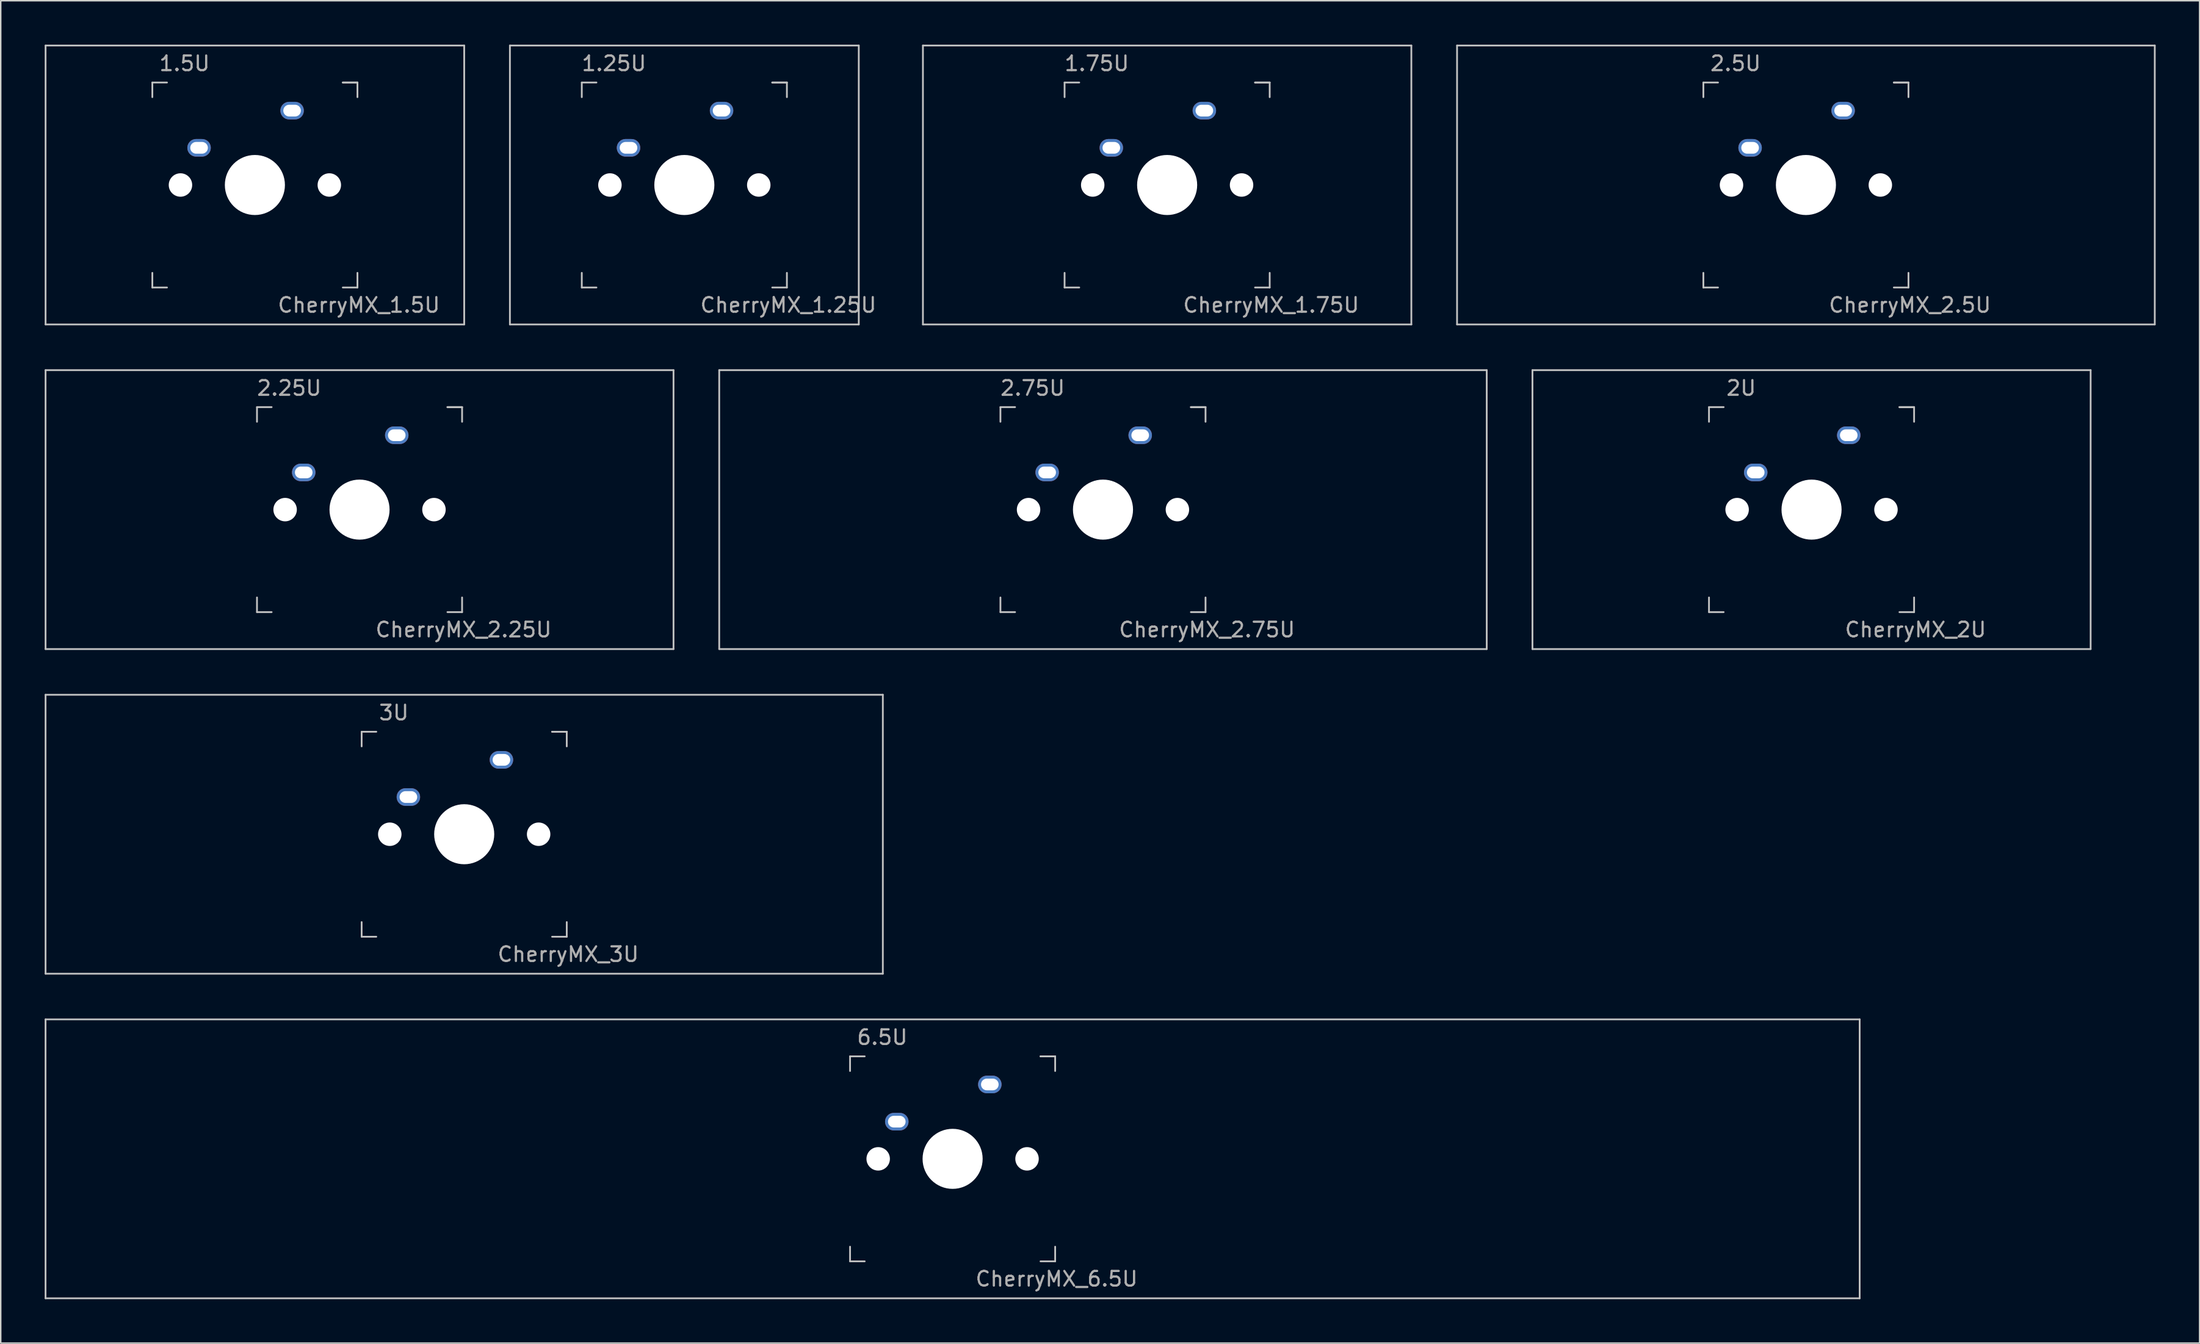
<source format=kicad_pcb>
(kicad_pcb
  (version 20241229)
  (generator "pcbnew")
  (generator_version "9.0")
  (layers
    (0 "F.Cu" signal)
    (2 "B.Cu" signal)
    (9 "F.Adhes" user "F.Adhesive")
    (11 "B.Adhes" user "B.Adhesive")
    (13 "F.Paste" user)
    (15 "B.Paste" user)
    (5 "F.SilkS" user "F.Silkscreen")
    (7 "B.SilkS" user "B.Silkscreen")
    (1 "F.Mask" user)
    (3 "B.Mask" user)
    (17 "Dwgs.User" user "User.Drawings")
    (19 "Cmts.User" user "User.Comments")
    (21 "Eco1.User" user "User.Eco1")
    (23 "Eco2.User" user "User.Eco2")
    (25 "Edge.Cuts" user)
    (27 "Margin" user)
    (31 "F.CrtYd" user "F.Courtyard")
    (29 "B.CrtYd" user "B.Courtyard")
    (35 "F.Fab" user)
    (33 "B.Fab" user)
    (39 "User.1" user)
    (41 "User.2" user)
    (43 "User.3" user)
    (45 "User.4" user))
  (footprint "CherryMX_6.5U"
    (layer "F.Cu")
    (at 61.972 76.095)
    (property "Reference" "CherryMX_6.5U" (at 7.1 8.2 0) (layer "F.Fab") (effects (font (size 1 1) (thickness 0.15))))
    (attr through_hole)
    (fp_line (start -61.913 -9.525) (end 61.913 -9.525) (stroke (width 0.12) (type solid)) (layer "Dwgs.User"))
    (fp_line (start -61.913 9.525) (end -61.913 -9.525) (stroke (width 0.12) (type solid)) (layer "Dwgs.User"))
    (fp_line (start -7 -7) (end -7 -6) (stroke (width 0.12) (type solid)) (layer "Dwgs.User"))
    (fp_line (start -7 -7) (end -6 -7) (stroke (width 0.12) (type solid)) (layer "Dwgs.User"))
    (fp_line (start -7 7) (end -7 6) (stroke (width 0.12) (type solid)) (layer "Dwgs.User"))
    (fp_line (start -7 7) (end -6 7) (stroke (width 0.12) (type solid)) (layer "Dwgs.User"))
    (fp_line (start 6 -7) (end 7 -7) (stroke (width 0.12) (type solid)) (layer "Dwgs.User"))
    (fp_line (start 7 -7) (end 6 -7) (stroke (width 0.12) (type solid)) (layer "Dwgs.User"))
    (fp_line (start 7 -7) (end 7 -6) (stroke (width 0.12) (type solid)) (layer "Dwgs.User"))
    (fp_line (start 7 7) (end 6 7) (stroke (width 0.12) (type solid)) (layer "Dwgs.User"))
    (fp_line (start 7 7) (end 7 6) (stroke (width 0.12) (type solid)) (layer "Dwgs.User"))
    (fp_line (start 61.913 -9.525) (end 61.913 9.525) (stroke (width 0.12) (type solid)) (layer "Dwgs.User"))
    (fp_line (start 61.913 9.525) (end -61.913 9.525) (stroke (width 0.12) (type solid)) (layer "Dwgs.User"))
    (fp_text user "6.5U" (at -4.8 -8.3 0) (layer "F.Fab") (effects (font (size 1 1) (thickness 0.15))))
    (pad "" np_thru_hole circle (at -5.08 0) (size 1.6 1.6) (drill 1.6) (layers "*.Cu" "*.Mask"))
    (pad "" np_thru_hole circle (at 0 0) (size 4.1 4.1) (drill 4.1) (layers "*.Cu" "*.Mask"))
    (pad "" np_thru_hole circle (at 5.08 0) (size 1.6 1.6) (drill 1.6) (layers "*.Cu" "*.Mask"))
    (pad "1" thru_hole oval (at -3.81 -2.54) (size 1.6 1.2) (drill oval 1.2 0.8) (layers "*.Cu" "*.Mask"))
    (pad "2" thru_hole oval (at 2.54 -5.08) (size 1.6 1.2) (drill oval 1.2 0.8) (layers "*.Cu" "*.Mask")))
  (footprint "CherryMX_2U"
    (layer "F.Cu")
    (at 120.6 31.755)
    (property "Reference" "CherryMX_2U" (at 7.1 8.2 0) (layer "F.Fab") (effects (font (size 1 1) (thickness 0.15))))
    (attr through_hole)
    (fp_line (start -19.05 -9.525) (end 19.05 -9.525) (stroke (width 0.12) (type solid)) (layer "Dwgs.User"))
    (fp_line (start -19.05 9.525) (end -19.05 -9.525) (stroke (width 0.12) (type solid)) (layer "Dwgs.User"))
    (fp_line (start -7 -7) (end -7 -6) (stroke (width 0.12) (type solid)) (layer "Dwgs.User"))
    (fp_line (start -7 -7) (end -6 -7) (stroke (width 0.12) (type solid)) (layer "Dwgs.User"))
    (fp_line (start -7 7) (end -7 6) (stroke (width 0.12) (type solid)) (layer "Dwgs.User"))
    (fp_line (start -7 7) (end -6 7) (stroke (width 0.12) (type solid)) (layer "Dwgs.User"))
    (fp_line (start 6 -7) (end 7 -7) (stroke (width 0.12) (type solid)) (layer "Dwgs.User"))
    (fp_line (start 7 -7) (end 6 -7) (stroke (width 0.12) (type solid)) (layer "Dwgs.User"))
    (fp_line (start 7 -7) (end 7 -6) (stroke (width 0.12) (type solid)) (layer "Dwgs.User"))
    (fp_line (start 7 7) (end 6 7) (stroke (width 0.12) (type solid)) (layer "Dwgs.User"))
    (fp_line (start 7 7) (end 7 6) (stroke (width 0.12) (type solid)) (layer "Dwgs.User"))
    (fp_line (start 19.05 -9.525) (end 19.05 9.525) (stroke (width 0.12) (type solid)) (layer "Dwgs.User"))
    (fp_line (start 19.05 9.525) (end -19.05 9.525) (stroke (width 0.12) (type solid)) (layer "Dwgs.User"))
    (fp_text user "2U" (at -4.8 -8.3 0) (layer "F.Fab") (effects (font (size 1 1) (thickness 0.15))))
    (pad "" np_thru_hole circle (at -5.08 0) (size 1.6 1.6) (drill 1.6) (layers "*.Cu" "*.Mask"))
    (pad "" np_thru_hole circle (at 0 0) (size 4.1 4.1) (drill 4.1) (layers "*.Cu" "*.Mask"))
    (pad "" np_thru_hole circle (at 5.08 0) (size 1.6 1.6) (drill 1.6) (layers "*.Cu" "*.Mask"))
    (pad "1" thru_hole oval (at -3.81 -2.54) (size 1.6 1.2) (drill oval 1.2 0.8) (layers "*.Cu" "*.Mask"))
    (pad "2" thru_hole oval (at 2.54 -5.08) (size 1.6 1.2) (drill oval 1.2 0.8) (layers "*.Cu" "*.Mask")))
  (footprint "CherryMX_2.5U"
    (layer "F.Cu")
    (at 120.216 9.585)
    (property "Reference" "CherryMX_2.5U" (at 7.1 8.2 0) (layer "F.Fab") (effects (font (size 1 1) (thickness 0.15))))
    (attr through_hole)
    (fp_line (start -23.812 -9.525) (end 23.812 -9.525) (stroke (width 0.12) (type solid)) (layer "Dwgs.User"))
    (fp_line (start -23.812 9.525) (end -23.812 -9.525) (stroke (width 0.12) (type solid)) (layer "Dwgs.User"))
    (fp_line (start -7 -7) (end -7 -6) (stroke (width 0.12) (type solid)) (layer "Dwgs.User"))
    (fp_line (start -7 -7) (end -6 -7) (stroke (width 0.12) (type solid)) (layer "Dwgs.User"))
    (fp_line (start -7 7) (end -7 6) (stroke (width 0.12) (type solid)) (layer "Dwgs.User"))
    (fp_line (start -7 7) (end -6 7) (stroke (width 0.12) (type solid)) (layer "Dwgs.User"))
    (fp_line (start 6 -7) (end 7 -7) (stroke (width 0.12) (type solid)) (layer "Dwgs.User"))
    (fp_line (start 7 -7) (end 6 -7) (stroke (width 0.12) (type solid)) (layer "Dwgs.User"))
    (fp_line (start 7 -7) (end 7 -6) (stroke (width 0.12) (type solid)) (layer "Dwgs.User"))
    (fp_line (start 7 7) (end 6 7) (stroke (width 0.12) (type solid)) (layer "Dwgs.User"))
    (fp_line (start 7 7) (end 7 6) (stroke (width 0.12) (type solid)) (layer "Dwgs.User"))
    (fp_line (start 23.812 -9.525) (end 23.812 9.525) (stroke (width 0.12) (type solid)) (layer "Dwgs.User"))
    (fp_line (start 23.812 9.525) (end -23.812 9.525) (stroke (width 0.12) (type solid)) (layer "Dwgs.User"))
    (fp_text user "2.5U" (at -4.8 -8.3 0) (layer "F.Fab") (effects (font (size 1 1) (thickness 0.15))))
    (pad "" np_thru_hole circle (at -5.08 0) (size 1.6 1.6) (drill 1.6) (layers "*.Cu" "*.Mask"))
    (pad "" np_thru_hole circle (at 0 0) (size 4.1 4.1) (drill 4.1) (layers "*.Cu" "*.Mask"))
    (pad "" np_thru_hole circle (at 5.08 0) (size 1.6 1.6) (drill 1.6) (layers "*.Cu" "*.Mask"))
    (pad "1" thru_hole oval (at -3.81 -2.54) (size 1.6 1.2) (drill oval 1.2 0.8) (layers "*.Cu" "*.Mask"))
    (pad "2" thru_hole oval (at 2.54 -5.08) (size 1.6 1.2) (drill oval 1.2 0.8) (layers "*.Cu" "*.Mask")))
  (footprint "CherryMX_1.5U"
    (layer "F.Cu")
    (at 14.348 9.585)
    (property "Reference" "CherryMX_1.5U" (at 7.1 8.2 0) (layer "F.Fab") (effects (font (size 1 1) (thickness 0.15))))
    (attr through_hole)
    (fp_line (start -14.287 -9.525) (end 14.287 -9.525) (stroke (width 0.12) (type solid)) (layer "Dwgs.User"))
    (fp_line (start -14.287 9.525) (end -14.287 -9.525) (stroke (width 0.12) (type solid)) (layer "Dwgs.User"))
    (fp_line (start -7 -7) (end -7 -6) (stroke (width 0.12) (type solid)) (layer "Dwgs.User"))
    (fp_line (start -7 -7) (end -6 -7) (stroke (width 0.12) (type solid)) (layer "Dwgs.User"))
    (fp_line (start -7 7) (end -7 6) (stroke (width 0.12) (type solid)) (layer "Dwgs.User"))
    (fp_line (start -7 7) (end -6 7) (stroke (width 0.12) (type solid)) (layer "Dwgs.User"))
    (fp_line (start 6 -7) (end 7 -7) (stroke (width 0.12) (type solid)) (layer "Dwgs.User"))
    (fp_line (start 7 -7) (end 6 -7) (stroke (width 0.12) (type solid)) (layer "Dwgs.User"))
    (fp_line (start 7 -7) (end 7 -6) (stroke (width 0.12) (type solid)) (layer "Dwgs.User"))
    (fp_line (start 7 7) (end 6 7) (stroke (width 0.12) (type solid)) (layer "Dwgs.User"))
    (fp_line (start 7 7) (end 7 6) (stroke (width 0.12) (type solid)) (layer "Dwgs.User"))
    (fp_line (start 14.287 -9.525) (end 14.287 9.525) (stroke (width 0.12) (type solid)) (layer "Dwgs.User"))
    (fp_line (start 14.287 9.525) (end -14.287 9.525) (stroke (width 0.12) (type solid)) (layer "Dwgs.User"))
    (fp_text user "1.5U" (at -4.8 -8.3 0) (layer "F.Fab") (effects (font (size 1 1) (thickness 0.15))))
    (pad "" np_thru_hole circle (at -5.08 0) (size 1.6 1.6) (drill 1.6) (layers "*.Cu" "*.Mask"))
    (pad "" np_thru_hole circle (at 0 0) (size 4.1 4.1) (drill 4.1) (layers "*.Cu" "*.Mask"))
    (pad "" np_thru_hole circle (at 5.08 0) (size 1.6 1.6) (drill 1.6) (layers "*.Cu" "*.Mask"))
    (pad "1" thru_hole oval (at -3.81 -2.54) (size 1.6 1.2) (drill oval 1.2 0.8) (layers "*.Cu" "*.Mask"))
    (pad "2" thru_hole oval (at 2.54 -5.08) (size 1.6 1.2) (drill oval 1.2 0.8) (layers "*.Cu" "*.Mask")))
  (footprint "CherryMX_1.25U"
    (layer "F.Cu")
    (at 43.661 9.585)
    (property "Reference" "CherryMX_1.25U" (at 7.1 8.2 0) (layer "F.Fab") (effects (font (size 1 1) (thickness 0.15))))
    (attr through_hole)
    (fp_line (start -11.906 -9.525) (end 11.906 -9.525) (stroke (width 0.12) (type solid)) (layer "Dwgs.User"))
    (fp_line (start -11.906 9.525) (end -11.906 -9.525) (stroke (width 0.12) (type solid)) (layer "Dwgs.User"))
    (fp_line (start -7 -7) (end -7 -6) (stroke (width 0.12) (type solid)) (layer "Dwgs.User"))
    (fp_line (start -7 -7) (end -6 -7) (stroke (width 0.12) (type solid)) (layer "Dwgs.User"))
    (fp_line (start -7 7) (end -7 6) (stroke (width 0.12) (type solid)) (layer "Dwgs.User"))
    (fp_line (start -7 7) (end -6 7) (stroke (width 0.12) (type solid)) (layer "Dwgs.User"))
    (fp_line (start 6 -7) (end 7 -7) (stroke (width 0.12) (type solid)) (layer "Dwgs.User"))
    (fp_line (start 7 -7) (end 6 -7) (stroke (width 0.12) (type solid)) (layer "Dwgs.User"))
    (fp_line (start 7 -7) (end 7 -6) (stroke (width 0.12) (type solid)) (layer "Dwgs.User"))
    (fp_line (start 7 7) (end 6 7) (stroke (width 0.12) (type solid)) (layer "Dwgs.User"))
    (fp_line (start 7 7) (end 7 6) (stroke (width 0.12) (type solid)) (layer "Dwgs.User"))
    (fp_line (start 11.906 -9.525) (end 11.906 9.525) (stroke (width 0.12) (type solid)) (layer "Dwgs.User"))
    (fp_line (start 11.906 9.525) (end -11.906 9.525) (stroke (width 0.12) (type solid)) (layer "Dwgs.User"))
    (fp_text user "1.25U" (at -4.8 -8.3 0) (layer "F.Fab") (effects (font (size 1 1) (thickness 0.15))))
    (pad "" np_thru_hole circle (at -5.08 0) (size 1.6 1.6) (drill 1.6) (layers "*.Cu" "*.Mask"))
    (pad "" np_thru_hole circle (at 0 0) (size 4.1 4.1) (drill 4.1) (layers "*.Cu" "*.Mask"))
    (pad "" np_thru_hole circle (at 5.08 0) (size 1.6 1.6) (drill 1.6) (layers "*.Cu" "*.Mask"))
    (pad "1" thru_hole oval (at -3.81 -2.54) (size 1.6 1.2) (drill oval 1.2 0.8) (layers "*.Cu" "*.Mask"))
    (pad "2" thru_hole oval (at 2.54 -5.08) (size 1.6 1.2) (drill oval 1.2 0.8) (layers "*.Cu" "*.Mask")))
  (footprint "CherryMX_2.75U"
    (layer "F.Cu")
    (at 72.236 31.755)
    (property "Reference" "CherryMX_2.75U" (at 7.1 8.2 0) (layer "F.Fab") (effects (font (size 1 1) (thickness 0.15))))
    (attr through_hole)
    (fp_line (start -26.194 -9.525) (end 26.194 -9.525) (stroke (width 0.12) (type solid)) (layer "Dwgs.User"))
    (fp_line (start -26.194 9.525) (end -26.194 -9.525) (stroke (width 0.12) (type solid)) (layer "Dwgs.User"))
    (fp_line (start -7 -7) (end -7 -6) (stroke (width 0.12) (type solid)) (layer "Dwgs.User"))
    (fp_line (start -7 -7) (end -6 -7) (stroke (width 0.12) (type solid)) (layer "Dwgs.User"))
    (fp_line (start -7 7) (end -7 6) (stroke (width 0.12) (type solid)) (layer "Dwgs.User"))
    (fp_line (start -7 7) (end -6 7) (stroke (width 0.12) (type solid)) (layer "Dwgs.User"))
    (fp_line (start 6 -7) (end 7 -7) (stroke (width 0.12) (type solid)) (layer "Dwgs.User"))
    (fp_line (start 7 -7) (end 6 -7) (stroke (width 0.12) (type solid)) (layer "Dwgs.User"))
    (fp_line (start 7 -7) (end 7 -6) (stroke (width 0.12) (type solid)) (layer "Dwgs.User"))
    (fp_line (start 7 7) (end 6 7) (stroke (width 0.12) (type solid)) (layer "Dwgs.User"))
    (fp_line (start 7 7) (end 7 6) (stroke (width 0.12) (type solid)) (layer "Dwgs.User"))
    (fp_line (start 26.194 -9.525) (end 26.194 9.525) (stroke (width 0.12) (type solid)) (layer "Dwgs.User"))
    (fp_line (start 26.194 9.525) (end -26.194 9.525) (stroke (width 0.12) (type solid)) (layer "Dwgs.User"))
    (fp_text user "2.75U" (at -4.8 -8.3 0) (layer "F.Fab") (effects (font (size 1 1) (thickness 0.15))))
    (pad "" np_thru_hole circle (at -5.08 0) (size 1.6 1.6) (drill 1.6) (layers "*.Cu" "*.Mask"))
    (pad "" np_thru_hole circle (at 0 0) (size 4.1 4.1) (drill 4.1) (layers "*.Cu" "*.Mask"))
    (pad "" np_thru_hole circle (at 5.08 0) (size 1.6 1.6) (drill 1.6) (layers "*.Cu" "*.Mask"))
    (pad "1" thru_hole oval (at -3.81 -2.54) (size 1.6 1.2) (drill oval 1.2 0.8) (layers "*.Cu" "*.Mask"))
    (pad "2" thru_hole oval (at 2.54 -5.08) (size 1.6 1.2) (drill oval 1.2 0.8) (layers "*.Cu" "*.Mask")))
  (footprint "CherryMX_3U"
    (layer "F.Cu")
    (at 28.635 53.925)
    (property "Reference" "CherryMX_3U" (at 7.1 8.2 0) (layer "F.Fab") (effects (font (size 1 1) (thickness 0.15))))
    (attr through_hole)
    (fp_line (start -28.575 -9.525) (end 28.575 -9.525) (stroke (width 0.12) (type solid)) (layer "Dwgs.User"))
    (fp_line (start -28.575 9.525) (end -28.575 -9.525) (stroke (width 0.12) (type solid)) (layer "Dwgs.User"))
    (fp_line (start -7 -7) (end -7 -6) (stroke (width 0.12) (type solid)) (layer "Dwgs.User"))
    (fp_line (start -7 -7) (end -6 -7) (stroke (width 0.12) (type solid)) (layer "Dwgs.User"))
    (fp_line (start -7 7) (end -7 6) (stroke (width 0.12) (type solid)) (layer "Dwgs.User"))
    (fp_line (start -7 7) (end -6 7) (stroke (width 0.12) (type solid)) (layer "Dwgs.User"))
    (fp_line (start 6 -7) (end 7 -7) (stroke (width 0.12) (type solid)) (layer "Dwgs.User"))
    (fp_line (start 7 -7) (end 6 -7) (stroke (width 0.12) (type solid)) (layer "Dwgs.User"))
    (fp_line (start 7 -7) (end 7 -6) (stroke (width 0.12) (type solid)) (layer "Dwgs.User"))
    (fp_line (start 7 7) (end 6 7) (stroke (width 0.12) (type solid)) (layer "Dwgs.User"))
    (fp_line (start 7 7) (end 7 6) (stroke (width 0.12) (type solid)) (layer "Dwgs.User"))
    (fp_line (start 28.575 -9.525) (end 28.575 9.525) (stroke (width 0.12) (type solid)) (layer "Dwgs.User"))
    (fp_line (start 28.575 9.525) (end -28.575 9.525) (stroke (width 0.12) (type solid)) (layer "Dwgs.User"))
    (fp_text user "3U" (at -4.8 -8.3 0) (layer "F.Fab") (effects (font (size 1 1) (thickness 0.15))))
    (pad "" np_thru_hole circle (at -5.08 0) (size 1.6 1.6) (drill 1.6) (layers "*.Cu" "*.Mask"))
    (pad "" np_thru_hole circle (at 0 0) (size 4.1 4.1) (drill 4.1) (layers "*.Cu" "*.Mask"))
    (pad "" np_thru_hole circle (at 5.08 0) (size 1.6 1.6) (drill 1.6) (layers "*.Cu" "*.Mask"))
    (pad "1" thru_hole oval (at -3.81 -2.54) (size 1.6 1.2) (drill oval 1.2 0.8) (layers "*.Cu" "*.Mask"))
    (pad "2" thru_hole oval (at 2.54 -5.08) (size 1.6 1.2) (drill oval 1.2 0.8) (layers "*.Cu" "*.Mask")))
  (footprint "CherryMX_1.75U"
    (layer "F.Cu")
    (at 76.615 9.585)
    (property "Reference" "CherryMX_1.75U" (at 7.1 8.2 0) (layer "F.Fab") (effects (font (size 1 1) (thickness 0.15))))
    (attr through_hole)
    (fp_line (start -16.669 -9.525) (end 16.669 -9.525) (stroke (width 0.12) (type solid)) (layer "Dwgs.User"))
    (fp_line (start -16.669 9.525) (end -16.669 -9.525) (stroke (width 0.12) (type solid)) (layer "Dwgs.User"))
    (fp_line (start -7 -7) (end -7 -6) (stroke (width 0.12) (type solid)) (layer "Dwgs.User"))
    (fp_line (start -7 -7) (end -6 -7) (stroke (width 0.12) (type solid)) (layer "Dwgs.User"))
    (fp_line (start -7 7) (end -7 6) (stroke (width 0.12) (type solid)) (layer "Dwgs.User"))
    (fp_line (start -7 7) (end -6 7) (stroke (width 0.12) (type solid)) (layer "Dwgs.User"))
    (fp_line (start 6 -7) (end 7 -7) (stroke (width 0.12) (type solid)) (layer "Dwgs.User"))
    (fp_line (start 7 -7) (end 6 -7) (stroke (width 0.12) (type solid)) (layer "Dwgs.User"))
    (fp_line (start 7 -7) (end 7 -6) (stroke (width 0.12) (type solid)) (layer "Dwgs.User"))
    (fp_line (start 7 7) (end 6 7) (stroke (width 0.12) (type solid)) (layer "Dwgs.User"))
    (fp_line (start 7 7) (end 7 6) (stroke (width 0.12) (type solid)) (layer "Dwgs.User"))
    (fp_line (start 16.669 -9.525) (end 16.669 9.525) (stroke (width 0.12) (type solid)) (layer "Dwgs.User"))
    (fp_line (start 16.669 9.525) (end -16.669 9.525) (stroke (width 0.12) (type solid)) (layer "Dwgs.User"))
    (fp_text user "1.75U" (at -4.8 -8.3 0) (layer "F.Fab") (effects (font (size 1 1) (thickness 0.15))))
    (pad "" np_thru_hole circle (at -5.08 0) (size 1.6 1.6) (drill 1.6) (layers "*.Cu" "*.Mask"))
    (pad "" np_thru_hole circle (at 0 0) (size 4.1 4.1) (drill 4.1) (layers "*.Cu" "*.Mask"))
    (pad "" np_thru_hole circle (at 5.08 0) (size 1.6 1.6) (drill 1.6) (layers "*.Cu" "*.Mask"))
    (pad "1" thru_hole oval (at -3.81 -2.54) (size 1.6 1.2) (drill oval 1.2 0.8) (layers "*.Cu" "*.Mask"))
    (pad "2" thru_hole oval (at 2.54 -5.08) (size 1.6 1.2) (drill oval 1.2 0.8) (layers "*.Cu" "*.Mask")))
  (footprint "CherryMX_2.25U"
    (layer "F.Cu")
    (at 21.491 31.755)
    (property "Reference" "CherryMX_2.25U" (at 7.1 8.2 0) (layer "F.Fab") (effects (font (size 1 1) (thickness 0.15))))
    (attr through_hole)
    (fp_line (start -21.431 -9.525) (end 21.431 -9.525) (stroke (width 0.12) (type solid)) (layer "Dwgs.User"))
    (fp_line (start -21.431 9.525) (end -21.431 -9.525) (stroke (width 0.12) (type solid)) (layer "Dwgs.User"))
    (fp_line (start -7 -7) (end -7 -6) (stroke (width 0.12) (type solid)) (layer "Dwgs.User"))
    (fp_line (start -7 -7) (end -6 -7) (stroke (width 0.12) (type solid)) (layer "Dwgs.User"))
    (fp_line (start -7 7) (end -7 6) (stroke (width 0.12) (type solid)) (layer "Dwgs.User"))
    (fp_line (start -7 7) (end -6 7) (stroke (width 0.12) (type solid)) (layer "Dwgs.User"))
    (fp_line (start 6 -7) (end 7 -7) (stroke (width 0.12) (type solid)) (layer "Dwgs.User"))
    (fp_line (start 7 -7) (end 6 -7) (stroke (width 0.12) (type solid)) (layer "Dwgs.User"))
    (fp_line (start 7 -7) (end 7 -6) (stroke (width 0.12) (type solid)) (layer "Dwgs.User"))
    (fp_line (start 7 7) (end 6 7) (stroke (width 0.12) (type solid)) (layer "Dwgs.User"))
    (fp_line (start 7 7) (end 7 6) (stroke (width 0.12) (type solid)) (layer "Dwgs.User"))
    (fp_line (start 21.431 -9.525) (end 21.431 9.525) (stroke (width 0.12) (type solid)) (layer "Dwgs.User"))
    (fp_line (start 21.431 9.525) (end -21.431 9.525) (stroke (width 0.12) (type solid)) (layer "Dwgs.User"))
    (fp_text user "2.25U" (at -4.8 -8.3 0) (layer "F.Fab") (effects (font (size 1 1) (thickness 0.15))))
    (pad "" np_thru_hole circle (at -5.08 0) (size 1.6 1.6) (drill 1.6) (layers "*.Cu" "*.Mask"))
    (pad "" np_thru_hole circle (at 0 0) (size 4.1 4.1) (drill 4.1) (layers "*.Cu" "*.Mask"))
    (pad "" np_thru_hole circle (at 5.08 0) (size 1.6 1.6) (drill 1.6) (layers "*.Cu" "*.Mask"))
    (pad "1" thru_hole oval (at -3.81 -2.54) (size 1.6 1.2) (drill oval 1.2 0.8) (layers "*.Cu" "*.Mask"))
    (pad "2" thru_hole oval (at 2.54 -5.08) (size 1.6 1.2) (drill oval 1.2 0.8) (layers "*.Cu" "*.Mask")))
  (gr_rect
    (start -3 -3)
    (end 147.089 88.68)
    (stroke (width 0.1) (type default))
    (fill no)
    (layer "Edge.Cuts")))
</source>
